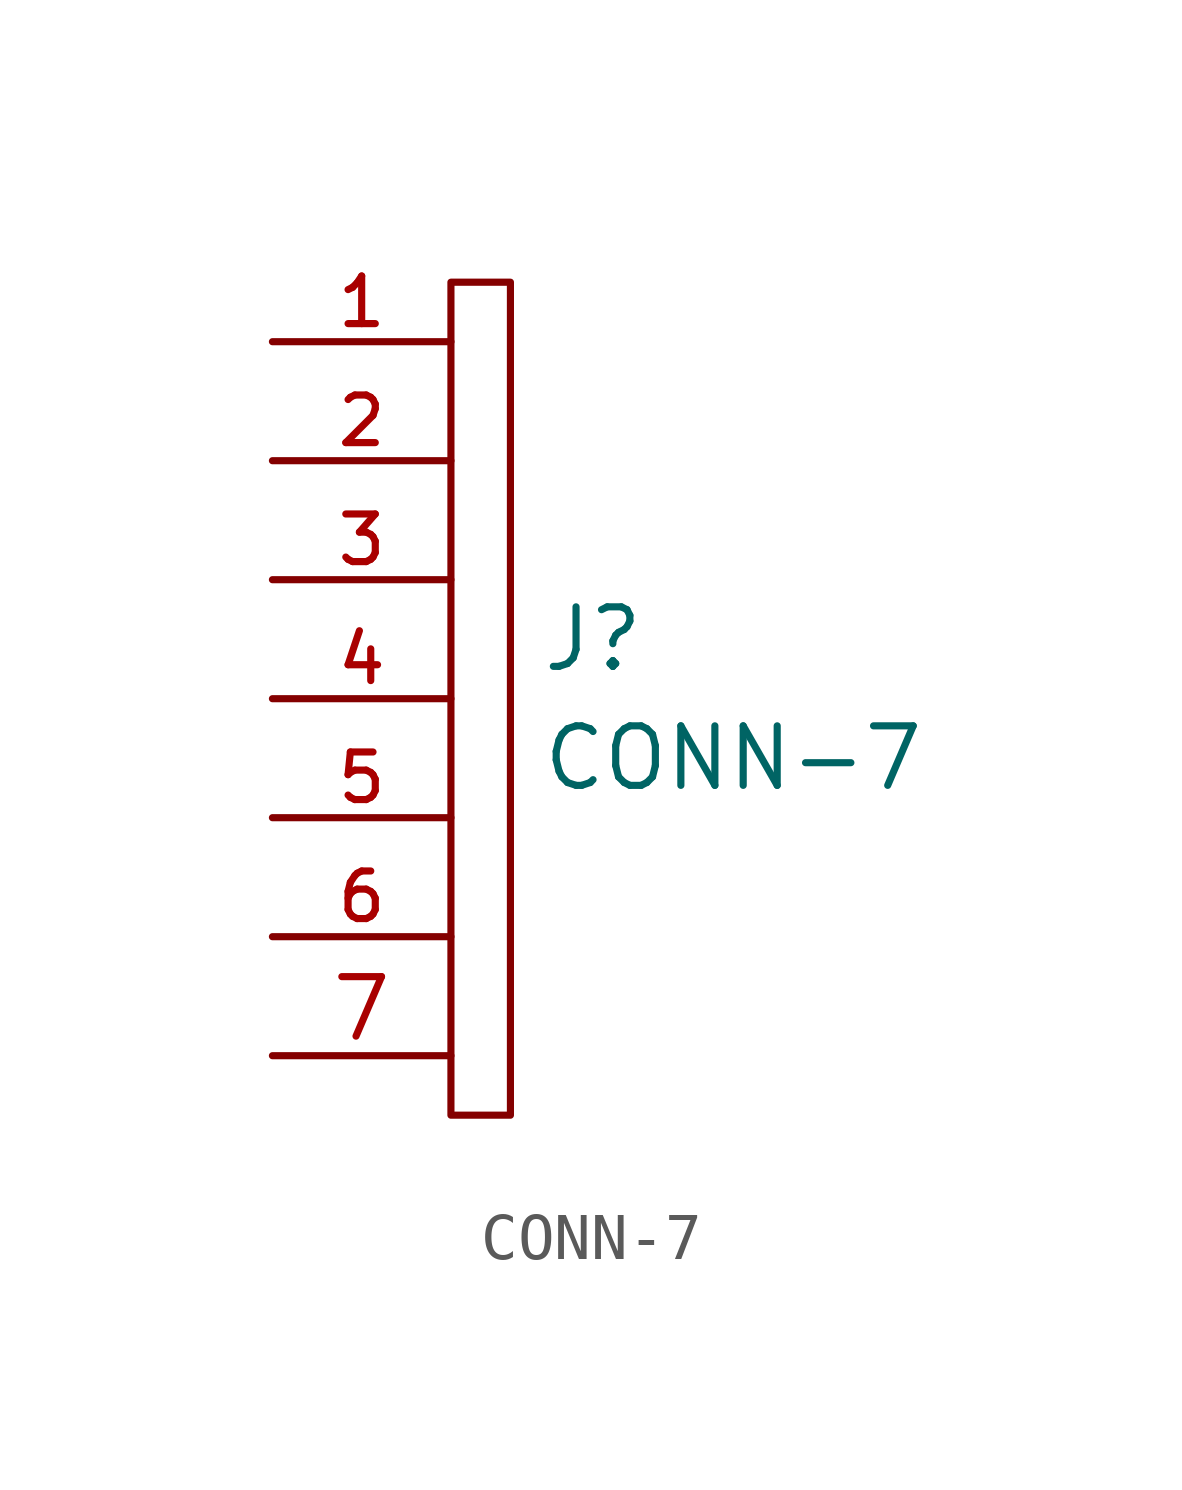
<source format=kicad_sym>
(kicad_symbol_lib
  (version 20211014)
  (generator kicad_symbol_editor)
  (symbol "CONN-7"
    (pin_names
      (offset 1.016))
    (property "Reference" "J"
      (at 5.715 1.27 0)
      (effects (font (size 1.27 1.27)) (justify left)))
    (property "Value" "CONN-7"
      (at 5.715 -1.27 0)
      (effects (font (size 1.27 1.27)) (justify left)))
    (symbol "CONN-7_0_1"
      (rectangle (start 3.81 8.89) (end 5.08 -8.89) (stroke (width 0) (type default) (color 0 0 0 0)) (fill (type none))))
    (symbol "CONN-7_1_1"
      (pin passive line (at 0 7.62 0) (length 3.81) (name "~" (effects (font (size 1.27 1.27)))) (number "1" (effects (font (size 1.016 1.016)))))
      (pin passive line (at 0 5.08 0) (length 3.81) (name "~" (effects (font (size 1.27 1.27)))) (number "2" (effects (font (size 1.016 1.016)))))
      (pin passive line (at 0 2.54 0) (length 3.81) (name "~" (effects (font (size 1.27 1.27)))) (number "3" (effects (font (size 1.016 1.016)))))
      (pin passive line (at 0 0 0) (length 3.81) (name "~" (effects (font (size 1.27 1.27)))) (number "4" (effects (font (size 1.016 1.016)))))
      (pin passive line (at 0 -2.54 0) (length 3.81) (name "~" (effects (font (size 1.27 1.27)))) (number "5" (effects (font (size 1.016 1.016)))))
      (pin passive line (at 0 -5.08 0) (length 3.81) (name "~" (effects (font (size 1.27 1.27)))) (number "6" (effects (font (size 1.016 1.016)))))
      (pin passive line (at 0 -7.62 0) (length 3.81) (name "~" (effects (font (size 1.27 1.27)))) (number "7" (effects (font (size 1.27 1.27))))))))
</source>
